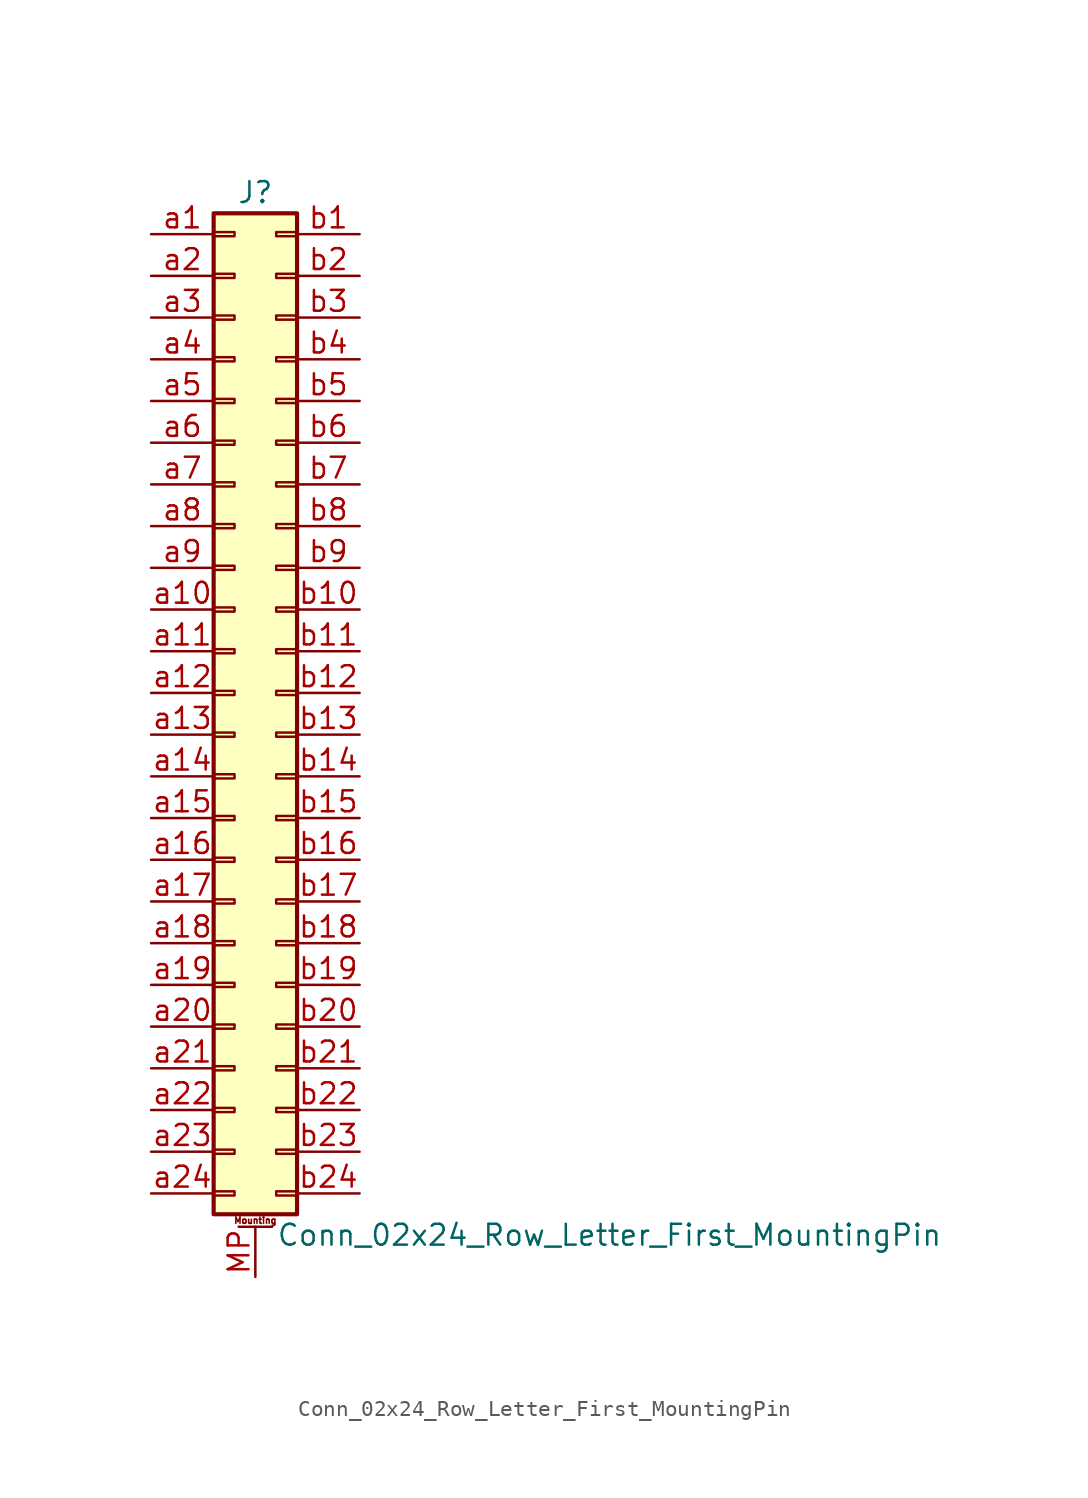
<source format=kicad_sym>
(kicad_symbol_lib
  (version 20211014)
  (generator kicad_symbol_editor)
  (symbol "Conn_02x24_Row_Letter_First_MountingPin"
    (pin_names
      (offset 1.016) hide)
    (property "Reference" "J"
      (at 1.27 30.48 0)
      (effects (font (size 1.27 1.27))))
    (property "Value" "Conn_02x24_Row_Letter_First_MountingPin"
      (at 2.54 -33.02 0)
      (effects (font (size 1.27 1.27)) (justify left)))
    (symbol "Conn_02x24_Row_Letter_First_MountingPin_1_1"
      (rectangle (start -1.27 -30.353) (end 0 -30.607) (stroke (width 0.152) (type default) (color 0 0 0 0)) (fill (type none)))
      (rectangle (start -1.27 -27.813) (end 0 -28.067) (stroke (width 0.152) (type default) (color 0 0 0 0)) (fill (type none)))
      (rectangle (start -1.27 -25.273) (end 0 -25.527) (stroke (width 0.152) (type default) (color 0 0 0 0)) (fill (type none)))
      (rectangle (start -1.27 -22.733) (end 0 -22.987) (stroke (width 0.152) (type default) (color 0 0 0 0)) (fill (type none)))
      (rectangle (start -1.27 -20.193) (end 0 -20.447) (stroke (width 0.152) (type default) (color 0 0 0 0)) (fill (type none)))
      (rectangle (start -1.27 -17.653) (end 0 -17.907) (stroke (width 0.152) (type default) (color 0 0 0 0)) (fill (type none)))
      (rectangle (start -1.27 -15.113) (end 0 -15.367) (stroke (width 0.152) (type default) (color 0 0 0 0)) (fill (type none)))
      (rectangle (start -1.27 -12.573) (end 0 -12.827) (stroke (width 0.152) (type default) (color 0 0 0 0)) (fill (type none)))
      (rectangle (start -1.27 -10.033) (end 0 -10.287) (stroke (width 0.152) (type default) (color 0 0 0 0)) (fill (type none)))
      (rectangle (start -1.27 -7.493) (end 0 -7.747) (stroke (width 0.152) (type default) (color 0 0 0 0)) (fill (type none)))
      (rectangle (start -1.27 -4.953) (end 0 -5.207) (stroke (width 0.152) (type default) (color 0 0 0 0)) (fill (type none)))
      (rectangle (start -1.27 -2.413) (end 0 -2.667) (stroke (width 0.152) (type default) (color 0 0 0 0)) (fill (type none)))
      (rectangle (start -1.27 0.127) (end 0 -0.127) (stroke (width 0.152) (type default) (color 0 0 0 0)) (fill (type none)))
      (rectangle (start -1.27 2.667) (end 0 2.413) (stroke (width 0.152) (type default) (color 0 0 0 0)) (fill (type none)))
      (rectangle (start -1.27 5.207) (end 0 4.953) (stroke (width 0.152) (type default) (color 0 0 0 0)) (fill (type none)))
      (rectangle (start -1.27 7.747) (end 0 7.493) (stroke (width 0.152) (type default) (color 0 0 0 0)) (fill (type none)))
      (rectangle (start -1.27 10.287) (end 0 10.033) (stroke (width 0.152) (type default) (color 0 0 0 0)) (fill (type none)))
      (rectangle (start -1.27 12.827) (end 0 12.573) (stroke (width 0.152) (type default) (color 0 0 0 0)) (fill (type none)))
      (rectangle (start -1.27 15.367) (end 0 15.113) (stroke (width 0.152) (type default) (color 0 0 0 0)) (fill (type none)))
      (rectangle (start -1.27 17.907) (end 0 17.653) (stroke (width 0.152) (type default) (color 0 0 0 0)) (fill (type none)))
      (rectangle (start -1.27 20.447) (end 0 20.193) (stroke (width 0.152) (type default) (color 0 0 0 0)) (fill (type none)))
      (rectangle (start -1.27 22.987) (end 0 22.733) (stroke (width 0.152) (type default) (color 0 0 0 0)) (fill (type none)))
      (rectangle (start -1.27 25.527) (end 0 25.273) (stroke (width 0.152) (type default) (color 0 0 0 0)) (fill (type none)))
      (rectangle (start -1.27 28.067) (end 0 27.813) (stroke (width 0.152) (type default) (color 0 0 0 0)) (fill (type none)))
      (rectangle (start -1.27 29.21) (end 3.81 -31.75) (stroke (width 0.254) (type default) (color 0 0 0 0)) (fill (type background)))
      (polyline (pts (xy 0.254 -32.512) (xy 2.286 -32.512)) (stroke (width 0.152) (type default) (color 0 0 0 0)) (fill (type none)))
      (rectangle (start 3.81 -30.353) (end 2.54 -30.607) (stroke (width 0.152) (type default) (color 0 0 0 0)) (fill (type none)))
      (rectangle (start 3.81 -27.813) (end 2.54 -28.067) (stroke (width 0.152) (type default) (color 0 0 0 0)) (fill (type none)))
      (rectangle (start 3.81 -25.273) (end 2.54 -25.527) (stroke (width 0.152) (type default) (color 0 0 0 0)) (fill (type none)))
      (rectangle (start 3.81 -22.733) (end 2.54 -22.987) (stroke (width 0.152) (type default) (color 0 0 0 0)) (fill (type none)))
      (rectangle (start 3.81 -20.193) (end 2.54 -20.447) (stroke (width 0.152) (type default) (color 0 0 0 0)) (fill (type none)))
      (rectangle (start 3.81 -17.653) (end 2.54 -17.907) (stroke (width 0.152) (type default) (color 0 0 0 0)) (fill (type none)))
      (rectangle (start 3.81 -15.113) (end 2.54 -15.367) (stroke (width 0.152) (type default) (color 0 0 0 0)) (fill (type none)))
      (rectangle (start 3.81 -12.573) (end 2.54 -12.827) (stroke (width 0.152) (type default) (color 0 0 0 0)) (fill (type none)))
      (rectangle (start 3.81 -10.033) (end 2.54 -10.287) (stroke (width 0.152) (type default) (color 0 0 0 0)) (fill (type none)))
      (rectangle (start 3.81 -7.493) (end 2.54 -7.747) (stroke (width 0.152) (type default) (color 0 0 0 0)) (fill (type none)))
      (rectangle (start 3.81 -4.953) (end 2.54 -5.207) (stroke (width 0.152) (type default) (color 0 0 0 0)) (fill (type none)))
      (rectangle (start 3.81 -2.413) (end 2.54 -2.667) (stroke (width 0.152) (type default) (color 0 0 0 0)) (fill (type none)))
      (rectangle (start 3.81 0.127) (end 2.54 -0.127) (stroke (width 0.152) (type default) (color 0 0 0 0)) (fill (type none)))
      (rectangle (start 3.81 2.667) (end 2.54 2.413) (stroke (width 0.152) (type default) (color 0 0 0 0)) (fill (type none)))
      (rectangle (start 3.81 5.207) (end 2.54 4.953) (stroke (width 0.152) (type default) (color 0 0 0 0)) (fill (type none)))
      (rectangle (start 3.81 7.747) (end 2.54 7.493) (stroke (width 0.152) (type default) (color 0 0 0 0)) (fill (type none)))
      (rectangle (start 3.81 10.287) (end 2.54 10.033) (stroke (width 0.152) (type default) (color 0 0 0 0)) (fill (type none)))
      (rectangle (start 3.81 12.827) (end 2.54 12.573) (stroke (width 0.152) (type default) (color 0 0 0 0)) (fill (type none)))
      (rectangle (start 3.81 15.367) (end 2.54 15.113) (stroke (width 0.152) (type default) (color 0 0 0 0)) (fill (type none)))
      (rectangle (start 3.81 17.907) (end 2.54 17.653) (stroke (width 0.152) (type default) (color 0 0 0 0)) (fill (type none)))
      (rectangle (start 3.81 20.447) (end 2.54 20.193) (stroke (width 0.152) (type default) (color 0 0 0 0)) (fill (type none)))
      (rectangle (start 3.81 22.987) (end 2.54 22.733) (stroke (width 0.152) (type default) (color 0 0 0 0)) (fill (type none)))
      (rectangle (start 3.81 25.527) (end 2.54 25.273) (stroke (width 0.152) (type default) (color 0 0 0 0)) (fill (type none)))
      (rectangle (start 3.81 28.067) (end 2.54 27.813) (stroke (width 0.152) (type default) (color 0 0 0 0)) (fill (type none)))
      (text "Mounting" (at 1.27 -32.131 0) (effects (font (size 0.381 0.381))))
      (pin passive line (at 1.27 -35.56 90) (length 3.048) (name "MountPin" (effects (font (size 1.27 1.27)))) (number "MP" (effects (font (size 1.27 1.27)))))
      (pin passive line (at -5.08 27.94 0) (length 3.81) (name "Pin_a1" (effects (font (size 1.27 1.27)))) (number "a1" (effects (font (size 1.27 1.27)))))
      (pin passive line (at -5.08 5.08 0) (length 3.81) (name "Pin_a10" (effects (font (size 1.27 1.27)))) (number "a10" (effects (font (size 1.27 1.27)))))
      (pin passive line (at -5.08 2.54 0) (length 3.81) (name "Pin_a11" (effects (font (size 1.27 1.27)))) (number "a11" (effects (font (size 1.27 1.27)))))
      (pin passive line (at -5.08 0 0) (length 3.81) (name "Pin_a12" (effects (font (size 1.27 1.27)))) (number "a12" (effects (font (size 1.27 1.27)))))
      (pin passive line (at -5.08 -2.54 0) (length 3.81) (name "Pin_a13" (effects (font (size 1.27 1.27)))) (number "a13" (effects (font (size 1.27 1.27)))))
      (pin passive line (at -5.08 -5.08 0) (length 3.81) (name "Pin_a14" (effects (font (size 1.27 1.27)))) (number "a14" (effects (font (size 1.27 1.27)))))
      (pin passive line (at -5.08 -7.62 0) (length 3.81) (name "Pin_a15" (effects (font (size 1.27 1.27)))) (number "a15" (effects (font (size 1.27 1.27)))))
      (pin passive line (at -5.08 -10.16 0) (length 3.81) (name "Pin_a16" (effects (font (size 1.27 1.27)))) (number "a16" (effects (font (size 1.27 1.27)))))
      (pin passive line (at -5.08 -12.7 0) (length 3.81) (name "Pin_a17" (effects (font (size 1.27 1.27)))) (number "a17" (effects (font (size 1.27 1.27)))))
      (pin passive line (at -5.08 -15.24 0) (length 3.81) (name "Pin_a18" (effects (font (size 1.27 1.27)))) (number "a18" (effects (font (size 1.27 1.27)))))
      (pin passive line (at -5.08 -17.78 0) (length 3.81) (name "Pin_a19" (effects (font (size 1.27 1.27)))) (number "a19" (effects (font (size 1.27 1.27)))))
      (pin passive line (at -5.08 25.4 0) (length 3.81) (name "Pin_a2" (effects (font (size 1.27 1.27)))) (number "a2" (effects (font (size 1.27 1.27)))))
      (pin passive line (at -5.08 -20.32 0) (length 3.81) (name "Pin_a20" (effects (font (size 1.27 1.27)))) (number "a20" (effects (font (size 1.27 1.27)))))
      (pin passive line (at -5.08 -22.86 0) (length 3.81) (name "Pin_a21" (effects (font (size 1.27 1.27)))) (number "a21" (effects (font (size 1.27 1.27)))))
      (pin passive line (at -5.08 -25.4 0) (length 3.81) (name "Pin_a22" (effects (font (size 1.27 1.27)))) (number "a22" (effects (font (size 1.27 1.27)))))
      (pin passive line (at -5.08 -27.94 0) (length 3.81) (name "Pin_a23" (effects (font (size 1.27 1.27)))) (number "a23" (effects (font (size 1.27 1.27)))))
      (pin passive line (at -5.08 -30.48 0) (length 3.81) (name "Pin_a24" (effects (font (size 1.27 1.27)))) (number "a24" (effects (font (size 1.27 1.27)))))
      (pin passive line (at -5.08 22.86 0) (length 3.81) (name "Pin_a3" (effects (font (size 1.27 1.27)))) (number "a3" (effects (font (size 1.27 1.27)))))
      (pin passive line (at -5.08 20.32 0) (length 3.81) (name "Pin_a4" (effects (font (size 1.27 1.27)))) (number "a4" (effects (font (size 1.27 1.27)))))
      (pin passive line (at -5.08 17.78 0) (length 3.81) (name "Pin_a5" (effects (font (size 1.27 1.27)))) (number "a5" (effects (font (size 1.27 1.27)))))
      (pin passive line (at -5.08 15.24 0) (length 3.81) (name "Pin_a6" (effects (font (size 1.27 1.27)))) (number "a6" (effects (font (size 1.27 1.27)))))
      (pin passive line (at -5.08 12.7 0) (length 3.81) (name "Pin_a7" (effects (font (size 1.27 1.27)))) (number "a7" (effects (font (size 1.27 1.27)))))
      (pin passive line (at -5.08 10.16 0) (length 3.81) (name "Pin_a8" (effects (font (size 1.27 1.27)))) (number "a8" (effects (font (size 1.27 1.27)))))
      (pin passive line (at -5.08 7.62 0) (length 3.81) (name "Pin_a9" (effects (font (size 1.27 1.27)))) (number "a9" (effects (font (size 1.27 1.27)))))
      (pin passive line (at 7.62 27.94 180) (length 3.81) (name "Pin_b1" (effects (font (size 1.27 1.27)))) (number "b1" (effects (font (size 1.27 1.27)))))
      (pin passive line (at 7.62 5.08 180) (length 3.81) (name "Pin_b10" (effects (font (size 1.27 1.27)))) (number "b10" (effects (font (size 1.27 1.27)))))
      (pin passive line (at 7.62 2.54 180) (length 3.81) (name "Pin_b11" (effects (font (size 1.27 1.27)))) (number "b11" (effects (font (size 1.27 1.27)))))
      (pin passive line (at 7.62 0 180) (length 3.81) (name "Pin_b12" (effects (font (size 1.27 1.27)))) (number "b12" (effects (font (size 1.27 1.27)))))
      (pin passive line (at 7.62 -2.54 180) (length 3.81) (name "Pin_b13" (effects (font (size 1.27 1.27)))) (number "b13" (effects (font (size 1.27 1.27)))))
      (pin passive line (at 7.62 -5.08 180) (length 3.81) (name "Pin_b14" (effects (font (size 1.27 1.27)))) (number "b14" (effects (font (size 1.27 1.27)))))
      (pin passive line (at 7.62 -7.62 180) (length 3.81) (name "Pin_b15" (effects (font (size 1.27 1.27)))) (number "b15" (effects (font (size 1.27 1.27)))))
      (pin passive line (at 7.62 -10.16 180) (length 3.81) (name "Pin_b16" (effects (font (size 1.27 1.27)))) (number "b16" (effects (font (size 1.27 1.27)))))
      (pin passive line (at 7.62 -12.7 180) (length 3.81) (name "Pin_b17" (effects (font (size 1.27 1.27)))) (number "b17" (effects (font (size 1.27 1.27)))))
      (pin passive line (at 7.62 -15.24 180) (length 3.81) (name "Pin_b18" (effects (font (size 1.27 1.27)))) (number "b18" (effects (font (size 1.27 1.27)))))
      (pin passive line (at 7.62 -17.78 180) (length 3.81) (name "Pin_b19" (effects (font (size 1.27 1.27)))) (number "b19" (effects (font (size 1.27 1.27)))))
      (pin passive line (at 7.62 25.4 180) (length 3.81) (name "Pin_b2" (effects (font (size 1.27 1.27)))) (number "b2" (effects (font (size 1.27 1.27)))))
      (pin passive line (at 7.62 -20.32 180) (length 3.81) (name "Pin_b20" (effects (font (size 1.27 1.27)))) (number "b20" (effects (font (size 1.27 1.27)))))
      (pin passive line (at 7.62 -22.86 180) (length 3.81) (name "Pin_b21" (effects (font (size 1.27 1.27)))) (number "b21" (effects (font (size 1.27 1.27)))))
      (pin passive line (at 7.62 -25.4 180) (length 3.81) (name "Pin_b22" (effects (font (size 1.27 1.27)))) (number "b22" (effects (font (size 1.27 1.27)))))
      (pin passive line (at 7.62 -27.94 180) (length 3.81) (name "Pin_b23" (effects (font (size 1.27 1.27)))) (number "b23" (effects (font (size 1.27 1.27)))))
      (pin passive line (at 7.62 -30.48 180) (length 3.81) (name "Pin_b24" (effects (font (size 1.27 1.27)))) (number "b24" (effects (font (size 1.27 1.27)))))
      (pin passive line (at 7.62 22.86 180) (length 3.81) (name "Pin_b3" (effects (font (size 1.27 1.27)))) (number "b3" (effects (font (size 1.27 1.27)))))
      (pin passive line (at 7.62 20.32 180) (length 3.81) (name "Pin_b4" (effects (font (size 1.27 1.27)))) (number "b4" (effects (font (size 1.27 1.27)))))
      (pin passive line (at 7.62 17.78 180) (length 3.81) (name "Pin_b5" (effects (font (size 1.27 1.27)))) (number "b5" (effects (font (size 1.27 1.27)))))
      (pin passive line (at 7.62 15.24 180) (length 3.81) (name "Pin_b6" (effects (font (size 1.27 1.27)))) (number "b6" (effects (font (size 1.27 1.27)))))
      (pin passive line (at 7.62 12.7 180) (length 3.81) (name "Pin_b7" (effects (font (size 1.27 1.27)))) (number "b7" (effects (font (size 1.27 1.27)))))
      (pin passive line (at 7.62 10.16 180) (length 3.81) (name "Pin_b8" (effects (font (size 1.27 1.27)))) (number "b8" (effects (font (size 1.27 1.27)))))
      (pin passive line (at 7.62 7.62 180) (length 3.81) (name "Pin_b9" (effects (font (size 1.27 1.27)))) (number "b9" (effects (font (size 1.27 1.27))))))))
</source>
